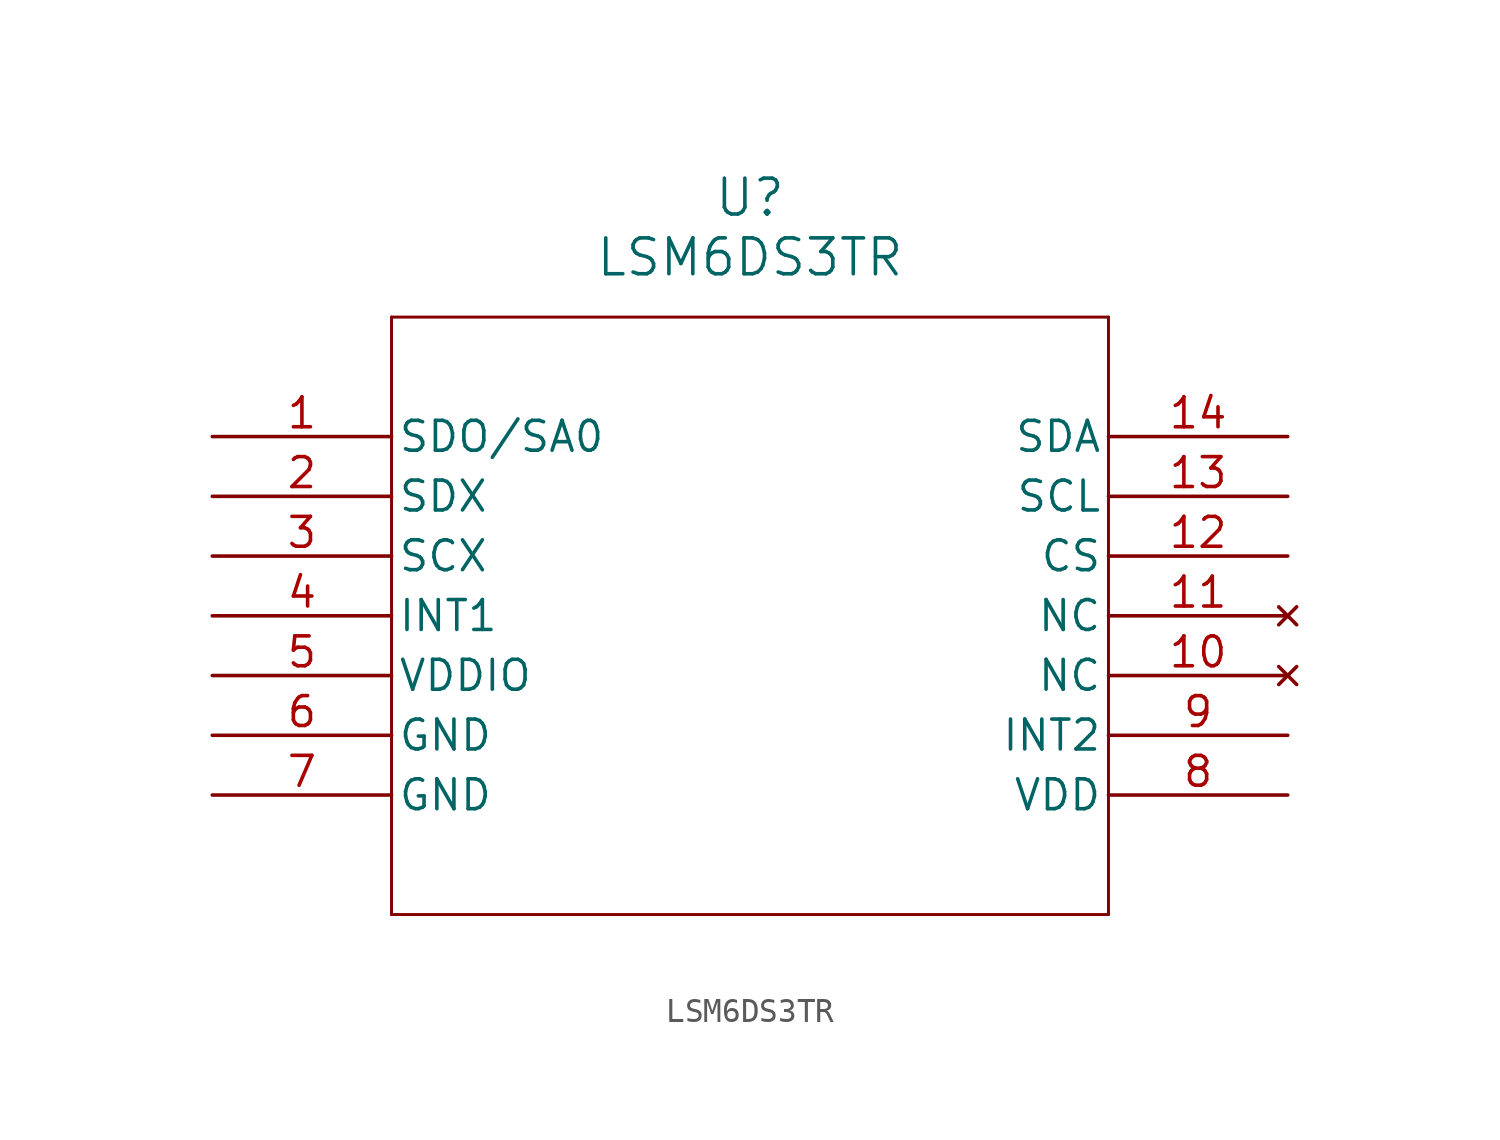
<source format=kicad_sym>
(kicad_symbol_lib
  (version 20211014)
  (generator kicad_symbol_editor)
  (symbol "LSM6DS3TR"
    (pin_names
      (offset 0.254))
    (property "Reference" "U"
      (at 22.86 10.16 0)
      (effects (font (size 1.524 1.524))))
    (property "Value" "LSM6DS3TR"
      (at 22.86 7.62 0)
      (effects (font (size 1.524 1.524))))
    (symbol "LSM6DS3TR_0_1"
      (polyline (pts (xy 7.62 5.08) (xy 7.62 -20.32)) (stroke (width 0.127) (type default) (color 0 0 0 0)) (fill (type none)))
      (polyline (pts (xy 7.62 -20.32) (xy 38.1 -20.32)) (stroke (width 0.127) (type default) (color 0 0 0 0)) (fill (type none)))
      (polyline (pts (xy 38.1 -20.32) (xy 38.1 5.08)) (stroke (width 0.127) (type default) (color 0 0 0 0)) (fill (type none)))
      (polyline (pts (xy 38.1 5.08) (xy 7.62 5.08)) (stroke (width 0.127) (type default) (color 0 0 0 0)) (fill (type none)))
      (pin output line (at 0 0 0) (length 7.62) (name "SDO/SA0" (effects (font (size 1.27 1.27)))) (number "1" (effects (font (size 1.27 1.27)))))
      (pin unspecified line (at 0 -2.54 0) (length 7.62) (name "SDX" (effects (font (size 1.27 1.27)))) (number "2" (effects (font (size 1.27 1.27)))))
      (pin unspecified line (at 0 -5.08 0) (length 7.62) (name "SCX" (effects (font (size 1.27 1.27)))) (number "3" (effects (font (size 1.27 1.27)))))
      (pin unspecified line (at 0 -7.62 0) (length 7.62) (name "INT1" (effects (font (size 1.27 1.27)))) (number "4" (effects (font (size 1.27 1.27)))))
      (pin power_in line (at 0 -10.16 0) (length 7.62) (name "VDDIO" (effects (font (size 1.27 1.27)))) (number "5" (effects (font (size 1.27 1.27)))))
      (pin power_out line (at 0 -12.7 0) (length 7.62) (name "GND" (effects (font (size 1.27 1.27)))) (number "6" (effects (font (size 1.27 1.27)))))
      (pin power_out line (at 0 -15.24 0) (length 7.62) (name "GND" (effects (font (size 1.27 1.27)))) (number "7" (effects (font (size 1.27 1.27)))))
      (pin power_in line (at 45.72 -15.24 180) (length 7.62) (name "VDD" (effects (font (size 1.27 1.27)))) (number "8" (effects (font (size 1.27 1.27)))))
      (pin unspecified line (at 45.72 -12.7 180) (length 7.62) (name "INT2" (effects (font (size 1.27 1.27)))) (number "9" (effects (font (size 1.27 1.27)))))
      (pin no_connect line (at 45.72 -10.16 180) (length 7.62) (name "NC" (effects (font (size 1.27 1.27)))) (number "10" (effects (font (size 1.27 1.27)))))
      (pin no_connect line (at 45.72 -7.62 180) (length 7.62) (name "NC" (effects (font (size 1.27 1.27)))) (number "11" (effects (font (size 1.27 1.27)))))
      (pin unspecified line (at 45.72 -5.08 180) (length 7.62) (name "CS" (effects (font (size 1.27 1.27)))) (number "12" (effects (font (size 1.27 1.27)))))
      (pin unspecified line (at 45.72 -2.54 180) (length 7.62) (name "SCL" (effects (font (size 1.27 1.27)))) (number "13" (effects (font (size 1.27 1.27)))))
      (pin unspecified line (at 45.72 0 180) (length 7.62) (name "SDA" (effects (font (size 1.27 1.27)))) (number "14" (effects (font (size 1.27 1.27))))))))
</source>
